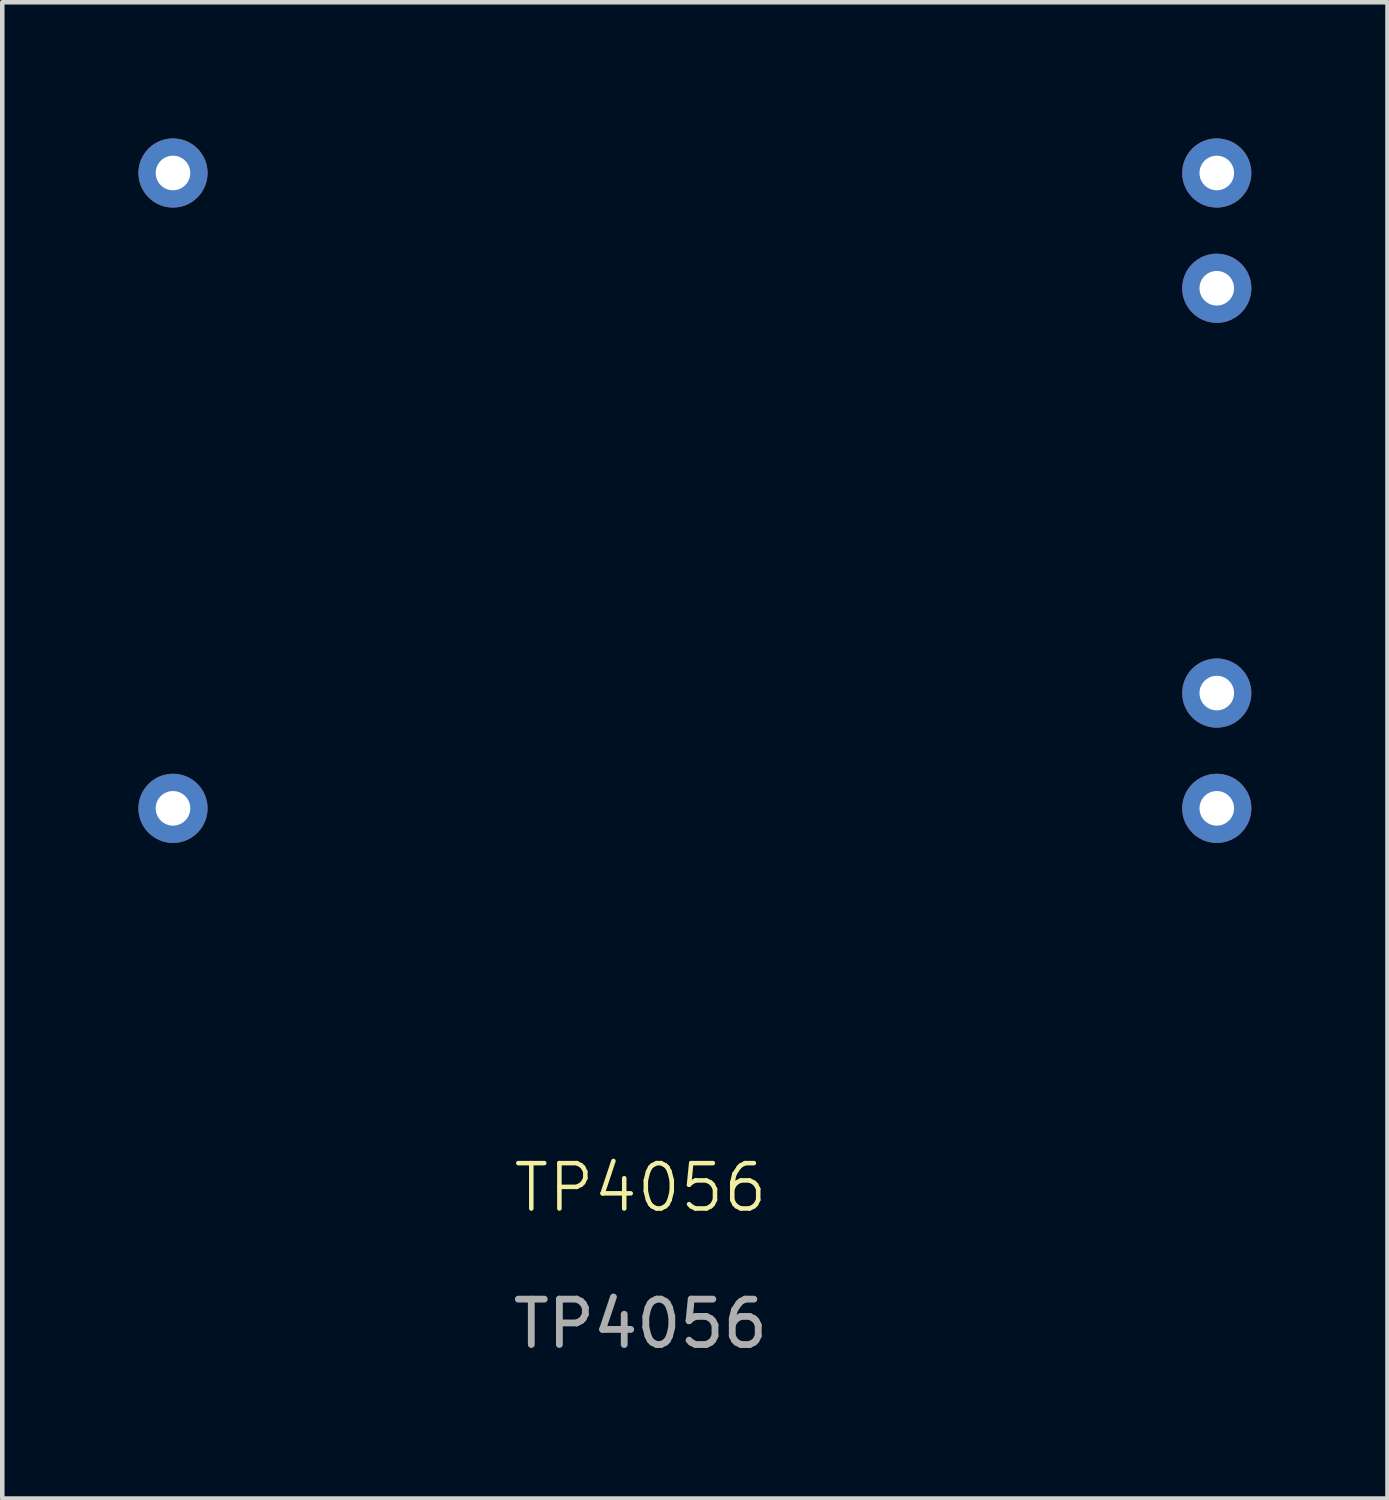
<source format=kicad_pcb>
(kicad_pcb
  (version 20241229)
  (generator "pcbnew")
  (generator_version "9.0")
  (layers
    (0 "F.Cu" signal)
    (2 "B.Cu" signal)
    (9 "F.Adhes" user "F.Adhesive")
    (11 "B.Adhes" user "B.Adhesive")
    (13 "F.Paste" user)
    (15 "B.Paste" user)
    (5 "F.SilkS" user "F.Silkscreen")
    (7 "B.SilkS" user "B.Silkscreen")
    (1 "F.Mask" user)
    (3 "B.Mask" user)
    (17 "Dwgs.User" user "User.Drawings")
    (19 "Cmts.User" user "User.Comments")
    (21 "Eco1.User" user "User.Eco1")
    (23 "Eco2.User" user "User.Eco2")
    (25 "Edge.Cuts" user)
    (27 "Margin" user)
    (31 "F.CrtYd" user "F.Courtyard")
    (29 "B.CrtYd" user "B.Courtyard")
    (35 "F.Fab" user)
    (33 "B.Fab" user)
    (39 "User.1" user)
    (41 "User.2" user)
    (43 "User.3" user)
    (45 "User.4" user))
  (footprint "TP4056"
    (layer "F.Cu")
    (at 11.062 23.622)
    (property "Reference" "TP4056" (at 0 -0.5 0) (unlocked yes) (layer "F.SilkS") (effects (font (size 1 1) (thickness 0.1))))
    (attr through_hole)
    (fp_text user "${REFERENCE}" (at 0 2.5 0) (unlocked yes) (layer "F.Fab") (effects (font (size 1 1) (thickness 0.15))))
    (pad "1" thru_hole circle (at 12.7 -22.86) (size 1.524 1.524) (drill 0.762) (layers "*.Cu" "*.Mask"))
    (pad "2" thru_hole circle (at 12.7 -20.32) (size 1.524 1.524) (drill 0.762) (layers "*.Cu" "*.Mask"))
    (pad "3" thru_hole circle (at 12.7 -11.4) (size 1.524 1.524) (drill 0.762) (layers "*.Cu" "*.Mask"))
    (pad "4" thru_hole circle (at 12.7 -8.86) (size 1.524 1.524) (drill 0.762) (layers "*.Cu" "*.Mask"))
    (pad "5" thru_hole circle (at -10.3 -22.86) (size 1.524 1.524) (drill 0.762) (layers "*.Cu" "*.Mask"))
    (pad "6" thru_hole circle (at -10.3 -8.86) (size 1.524 1.524) (drill 0.762) (layers "*.Cu" "*.Mask")))
  (gr_rect
    (start -3 -3)
    (end 27.524 29.97)
    (stroke (width 0.1) (type default))
    (fill no)
    (layer "Edge.Cuts")))
</source>
